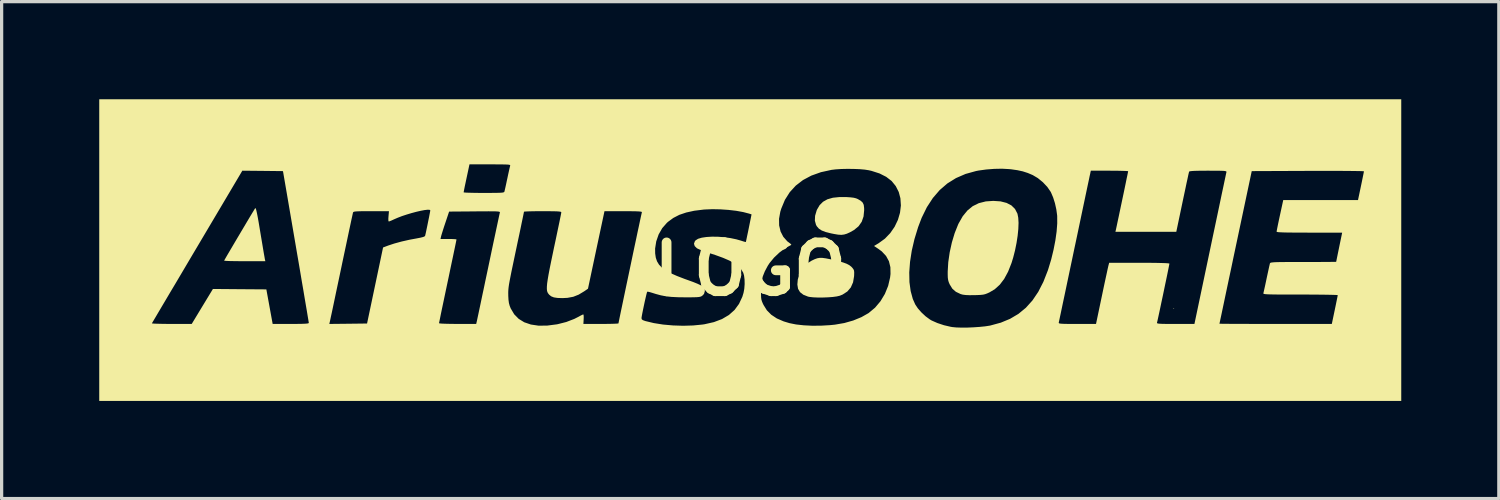
<source format=kicad_pcb>
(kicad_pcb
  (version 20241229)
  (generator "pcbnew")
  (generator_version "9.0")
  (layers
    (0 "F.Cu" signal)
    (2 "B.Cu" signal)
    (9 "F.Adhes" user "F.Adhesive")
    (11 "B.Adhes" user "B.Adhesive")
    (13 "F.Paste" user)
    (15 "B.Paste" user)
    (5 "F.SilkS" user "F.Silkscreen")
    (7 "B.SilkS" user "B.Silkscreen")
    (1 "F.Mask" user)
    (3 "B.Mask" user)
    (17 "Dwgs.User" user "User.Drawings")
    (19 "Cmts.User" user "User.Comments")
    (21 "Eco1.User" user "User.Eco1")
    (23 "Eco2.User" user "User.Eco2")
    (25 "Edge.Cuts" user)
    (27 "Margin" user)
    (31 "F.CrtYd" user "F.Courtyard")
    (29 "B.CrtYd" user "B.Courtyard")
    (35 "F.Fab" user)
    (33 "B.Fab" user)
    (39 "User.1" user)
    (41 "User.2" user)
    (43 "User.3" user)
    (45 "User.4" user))
  (footprint "LOGO"
    (layer "F.Cu")
    (at 20.008 5.222)
    (property "Reference" "LOGO" (at 0 0 0) (layer "F.SilkS") (effects (font (size 1.5 1.5) (thickness 0.3))))
    (attr board_only exclude_from_pos_files exclude_from_bom)
    (fp_poly (pts (xy 13.029 1.208) (xy 13.017 1.22) (xy 13.005 1.208) (xy 13.017 1.196)) (stroke (width 0) (type solid)) (fill yes) (layer "F.SilkS"))
    (fp_poly (pts (xy 2.943 -2.216) (xy 3.08 -2.207) (xy 3.18 -2.195) (xy 3.254 -2.176) (xy 3.306 -2.154) (xy 3.398 -2.1) (xy 3.456 -2.045) (xy 3.488 -1.975) (xy 3.5 -1.878) (xy 3.501 -1.809) (xy 3.482 -1.618) (xy 3.426 -1.456) (xy 3.33 -1.319) (xy 3.191 -1.204) (xy 3.063 -1.132) (xy 2.968 -1.089) (xy 2.884 -1.064) (xy 2.799 -1.054) (xy 2.701 -1.06) (xy 2.576 -1.081) (xy 2.481 -1.1) (xy 2.319 -1.141) (xy 2.198 -1.187) (xy 2.11 -1.244) (xy 2.048 -1.315) (xy 2.022 -1.36) (xy 1.986 -1.491) (xy 1.993 -1.64) (xy 2.042 -1.806) (xy 2.052 -1.83) (xy 2.132 -1.966) (xy 2.237 -2.071) (xy 2.372 -2.147) (xy 2.54 -2.195) (xy 2.744 -2.216)) (stroke (width 0) (type solid)) (fill yes) (layer "F.SilkS"))
    (fp_poly (pts (xy -15.204 -1.873) (xy -15.192 -1.849) (xy -15.178 -1.798) (xy -15.16 -1.716) (xy -15.137 -1.599) (xy -15.109 -1.443) (xy -15.076 -1.245) (xy -15.057 -1.13) (xy -15.025 -0.939) (xy -14.995 -0.761) (xy -14.969 -0.604) (xy -14.947 -0.473) (xy -14.929 -0.374) (xy -14.919 -0.313) (xy -14.916 -0.299) (xy -14.903 -0.244) (xy -15.541 -0.244) (xy -15.711 -0.245) (xy -15.864 -0.247) (xy -15.992 -0.249) (xy -16.09 -0.253) (xy -16.151 -0.258) (xy -16.17 -0.262) (xy -16.132 -0.329) (xy -16.076 -0.426) (xy -16.005 -0.547) (xy -15.923 -0.686) (xy -15.833 -0.839) (xy -15.738 -0.999) (xy -15.642 -1.161) (xy -15.548 -1.319) (xy -15.46 -1.468) (xy -15.38 -1.602) (xy -15.312 -1.715) (xy -15.259 -1.802) (xy -15.226 -1.857) (xy -15.214 -1.874)) (stroke (width 0) (type solid)) (fill yes) (layer "F.SilkS"))
    (fp_poly (pts (xy 2.218 -0.346) (xy 2.322 -0.332) (xy 2.458 -0.305) (xy 2.525 -0.29) (xy 2.71 -0.246) (xy 2.853 -0.206) (xy 2.962 -0.166) (xy 3.044 -0.123) (xy 3.106 -0.075) (xy 3.138 -0.041) (xy 3.171 0.002) (xy 3.189 0.043) (xy 3.195 0.098) (xy 3.193 0.182) (xy 3.191 0.219) (xy 3.16 0.405) (xy 3.091 0.562) (xy 2.984 0.687) (xy 2.839 0.781) (xy 2.751 0.817) (xy 2.661 0.838) (xy 2.536 0.855) (xy 2.387 0.866) (xy 2.229 0.872) (xy 2.073 0.872) (xy 1.932 0.866) (xy 1.82 0.853) (xy 1.774 0.843) (xy 1.631 0.786) (xy 1.53 0.707) (xy 1.469 0.604) (xy 1.448 0.472) (xy 1.461 0.322) (xy 1.514 0.13) (xy 1.599 -0.027) (xy 1.721 -0.155) (xy 1.882 -0.258) (xy 1.891 -0.263) (xy 1.981 -0.306) (xy 2.059 -0.334) (xy 2.134 -0.347)) (stroke (width 0) (type solid)) (fill yes) (layer "F.SilkS"))
    (fp_poly (pts (xy 7.693 -2.083) (xy 7.878 -2.036) (xy 8.026 -1.959) (xy 8.137 -1.85) (xy 8.21 -1.709) (xy 8.213 -1.701) (xy 8.237 -1.58) (xy 8.246 -1.422) (xy 8.239 -1.234) (xy 8.218 -1.026) (xy 8.184 -0.804) (xy 8.138 -0.577) (xy 8.081 -0.354) (xy 8.03 -0.189) (xy 7.925 0.077) (xy 7.805 0.299) (xy 7.669 0.478) (xy 7.514 0.618) (xy 7.352 0.714) (xy 7.279 0.747) (xy 7.216 0.77) (xy 7.153 0.784) (xy 7.074 0.792) (xy 6.967 0.797) (xy 6.881 0.799) (xy 6.73 0.8) (xy 6.618 0.795) (xy 6.533 0.784) (xy 6.466 0.766) (xy 6.466 0.766) (xy 6.32 0.696) (xy 6.211 0.6) (xy 6.131 0.47) (xy 6.129 0.467) (xy 6.1 0.398) (xy 6.082 0.334) (xy 6.072 0.261) (xy 6.069 0.165) (xy 6.069 0.074) (xy 6.086 -0.214) (xy 6.13 -0.517) (xy 6.197 -0.821) (xy 6.284 -1.11) (xy 6.388 -1.37) (xy 6.405 -1.406) (xy 6.531 -1.627) (xy 6.674 -1.802) (xy 6.838 -1.936) (xy 7.025 -2.028) (xy 7.239 -2.082) (xy 7.47 -2.098)) (stroke (width 0) (type solid)) (fill yes) (layer "F.SilkS"))
    (fp_poly (pts (xy 20.008 -0.586) (xy 20.008 4.05) (xy 0 4.05) (xy -20.008 4.05) (xy -20.008 1.684) (xy -12.937 1.684) (xy -12.357 1.678) (xy -11.777 1.671) (xy -11.775 1.662) (xy -9.565 1.662) (xy -9.541 1.668) (xy -9.476 1.674) (xy -9.374 1.678) (xy -9.244 1.681) (xy -9.09 1.683) (xy -8.994 1.684) (xy -8.423 1.684) (xy -8.41 1.629) (xy -8.402 1.596) (xy -8.386 1.52) (xy -8.361 1.404) (xy -8.329 1.252) (xy -8.29 1.069) (xy -8.246 0.858) (xy -8.22 0.734) (xy -7.438 0.734) (xy -7.437 0.79) (xy -7.437 0.817) (xy -7.43 0.944) (xy -7.417 1.039) (xy -7.396 1.119) (xy -7.364 1.202) (xy -7.358 1.213) (xy -7.254 1.388) (xy -7.116 1.528) (xy -6.945 1.633) (xy -6.742 1.702) (xy -6.508 1.737) (xy -6.243 1.735) (xy -5.949 1.697) (xy -5.917 1.691) (xy -5.656 1.625) (xy -5.409 1.53) (xy -5.277 1.463) (xy -5.206 1.424) (xy -5.152 1.398) (xy -5.13 1.391) (xy -5.122 1.413) (xy -5.118 1.47) (xy -5.12 1.537) (xy -5.128 1.684) (xy -4.589 1.684) (xy -4.433 1.683) (xy -4.295 1.681) (xy -4.181 1.678) (xy -4.099 1.674) (xy -4.055 1.669) (xy -4.05 1.667) (xy -4.045 1.64) (xy -4.031 1.571) (xy -4.018 1.506) (xy -3.342 1.506) (xy -3.334 1.541) (xy -3.301 1.567) (xy -3.233 1.592) (xy -3.216 1.597) (xy -2.963 1.658) (xy -2.678 1.703) (xy -2.373 1.73) (xy -2.061 1.74) (xy -1.756 1.731) (xy -1.472 1.703) (xy -1.404 1.693) (xy -1.117 1.628) (xy -0.868 1.534) (xy -0.656 1.409) (xy -0.482 1.254) (xy -0.345 1.067) (xy -0.243 0.849) (xy -0.207 0.731) (xy -0.193 0.659) (xy 0.331 0.659) (xy 0.331 0.782) (xy 0.334 0.871) (xy 0.343 0.937) (xy 0.361 0.995) (xy 0.388 1.059) (xy 0.41 1.103) (xy 0.511 1.265) (xy 0.646 1.401) (xy 0.816 1.514) (xy 1.026 1.605) (xy 1.208 1.66) (xy 1.408 1.7) (xy 1.644 1.726) (xy 1.904 1.739) (xy 2.178 1.737) (xy 2.453 1.721) (xy 2.602 1.706) (xy 2.891 1.656) (xy 3.166 1.578) (xy 3.417 1.475) (xy 3.634 1.352) (xy 3.642 1.346) (xy 3.836 1.184) (xy 4.002 0.987) (xy 4.138 0.761) (xy 4.238 0.515) (xy 4.298 0.257) (xy 4.311 0.147) (xy 4.31 0.099) (xy 4.887 0.099) (xy 4.893 0.4) (xy 4.93 0.673) (xy 4.996 0.916) (xy 5.071 1.085) (xy 5.152 1.206) (xy 5.263 1.332) (xy 5.39 1.45) (xy 5.519 1.545) (xy 5.575 1.578) (xy 5.751 1.656) (xy 5.953 1.723) (xy 6.158 1.771) (xy 6.21 1.78) (xy 6.332 1.792) (xy 6.49 1.797) (xy 6.671 1.796) (xy 6.861 1.788) (xy 7.048 1.775) (xy 7.219 1.758) (xy 7.361 1.736) (xy 7.38 1.732) (xy 7.666 1.654) (xy 9.482 1.654) (xy 9.492 1.665) (xy 9.518 1.672) (xy 9.565 1.677) (xy 9.64 1.681) (xy 9.748 1.683) (xy 9.894 1.683) (xy 10.049 1.684) (xy 10.627 1.684) (xy 10.805 0.836) (xy 10.847 0.635) (xy 10.887 0.446) (xy 10.924 0.275) (xy 10.956 0.128) (xy 10.981 0.011) (xy 10.999 -0.069) (xy 11.007 -0.104) (xy 11.031 -0.195) (xy 11.957 -0.195) (xy 12.226 -0.195) (xy 12.45 -0.193) (xy 12.628 -0.189) (xy 12.76 -0.185) (xy 12.845 -0.179) (xy 12.881 -0.172) (xy 12.883 -0.171) (xy 12.878 -0.142) (xy 12.864 -0.072) (xy 12.843 0.033) (xy 12.816 0.166) (xy 12.784 0.321) (xy 12.748 0.491) (xy 12.711 0.67) (xy 12.673 0.851) (xy 12.635 1.028) (xy 12.6 1.195) (xy 12.568 1.345) (xy 12.541 1.47) (xy 12.52 1.566) (xy 12.506 1.626) (xy 12.502 1.641) (xy 12.501 1.654) (xy 12.51 1.665) (xy 12.535 1.672) (xy 12.582 1.677) (xy 12.656 1.681) (xy 12.763 1.683) (xy 12.908 1.683) (xy 13.07 1.683) (xy 13.652 1.683) (xy 13.653 1.677) (xy 14.421 1.677) (xy 14.445 1.678) (xy 14.513 1.679) (xy 14.623 1.68) (xy 14.769 1.681) (xy 14.949 1.682) (xy 15.159 1.682) (xy 15.394 1.683) (xy 15.65 1.683) (xy 15.925 1.684) (xy 16.147 1.684) (xy 17.874 1.684) (xy 17.965 1.25) (xy 17.994 1.111) (xy 18.019 0.988) (xy 18.039 0.89) (xy 18.052 0.824) (xy 18.056 0.799) (xy 18.032 0.795) (xy 17.964 0.792) (xy 17.858 0.789) (xy 17.716 0.786) (xy 17.545 0.784) (xy 17.349 0.782) (xy 17.132 0.781) (xy 16.907 0.781) (xy 16.641 0.781) (xy 16.419 0.78) (xy 16.238 0.78) (xy 16.093 0.778) (xy 15.981 0.776) (xy 15.898 0.773) (xy 15.84 0.769) (xy 15.802 0.764) (xy 15.78 0.758) (xy 15.771 0.75) (xy 15.771 0.74) (xy 15.771 0.738) (xy 15.78 0.701) (xy 15.797 0.625) (xy 15.821 0.518) (xy 15.848 0.391) (xy 15.871 0.281) (xy 15.901 0.142) (xy 15.928 0.018) (xy 15.95 -0.083) (xy 15.966 -0.151) (xy 15.972 -0.177) (xy 15.978 -0.187) (xy 15.991 -0.196) (xy 16.017 -0.203) (xy 16.059 -0.208) (xy 16.122 -0.213) (xy 16.21 -0.216) (xy 16.328 -0.218) (xy 16.48 -0.219) (xy 16.67 -0.219) (xy 16.903 -0.22) (xy 16.996 -0.22) (xy 17.213 -0.22) (xy 17.414 -0.22) (xy 17.594 -0.221) (xy 17.748 -0.222) (xy 17.87 -0.223) (xy 17.957 -0.224) (xy 18.002 -0.225) (xy 18.008 -0.226) (xy 18.013 -0.25) (xy 18.026 -0.315) (xy 18.046 -0.413) (xy 18.071 -0.536) (xy 18.1 -0.676) (xy 18.1 -0.677) (xy 18.192 -1.122) (xy 17.185 -1.122) (xy 16.926 -1.123) (xy 16.712 -1.124) (xy 16.54 -1.125) (xy 16.406 -1.128) (xy 16.307 -1.132) (xy 16.238 -1.136) (xy 16.196 -1.142) (xy 16.178 -1.15) (xy 16.177 -1.153) (xy 16.182 -1.185) (xy 16.196 -1.257) (xy 16.217 -1.362) (xy 16.244 -1.49) (xy 16.275 -1.635) (xy 16.279 -1.653) (xy 16.381 -2.123) (xy 17.53 -2.123) (xy 18.679 -2.123) (xy 18.77 -2.556) (xy 18.799 -2.695) (xy 18.824 -2.818) (xy 18.844 -2.916) (xy 18.857 -2.982) (xy 18.861 -3.007) (xy 18.837 -3.01) (xy 18.769 -3.013) (xy 18.659 -3.015) (xy 18.512 -3.017) (xy 18.332 -3.019) (xy 18.122 -3.02) (xy 17.887 -3.02) (xy 17.631 -3.021) (xy 17.357 -3.02) (xy 17.137 -3.02) (xy 15.413 -3.013) (xy 14.917 -0.671) (xy 14.847 -0.341) (xy 14.781 -0.024) (xy 14.717 0.275) (xy 14.658 0.554) (xy 14.604 0.81) (xy 14.556 1.039) (xy 14.514 1.238) (xy 14.479 1.404) (xy 14.451 1.534) (xy 14.432 1.624) (xy 14.422 1.671) (xy 14.421 1.677) (xy 13.653 1.677) (xy 14.138 -0.628) (xy 14.207 -0.957) (xy 14.274 -1.273) (xy 14.337 -1.572) (xy 14.396 -1.852) (xy 14.45 -2.109) (xy 14.498 -2.339) (xy 14.541 -2.539) (xy 14.576 -2.706) (xy 14.604 -2.837) (xy 14.623 -2.928) (xy 14.634 -2.976) (xy 14.635 -2.983) (xy 14.635 -2.996) (xy 14.625 -3.007) (xy 14.599 -3.014) (xy 14.551 -3.02) (xy 14.476 -3.023) (xy 14.368 -3.025) (xy 14.221 -3.025) (xy 14.072 -3.026) (xy 13.879 -3.025) (xy 13.73 -3.023) (xy 13.621 -3.019) (xy 13.547 -3.013) (xy 13.504 -3.006) (xy 13.487 -2.996) (xy 13.487 -2.995) (xy 13.48 -2.965) (xy 13.463 -2.893) (xy 13.44 -2.783) (xy 13.409 -2.643) (xy 13.374 -2.476) (xy 13.334 -2.288) (xy 13.291 -2.085) (xy 13.285 -2.056) (xy 13.094 -1.147) (xy 12.158 -1.147) (xy 11.223 -1.147) (xy 11.236 -1.202) (xy 11.247 -1.253) (xy 11.266 -1.341) (xy 11.291 -1.461) (xy 11.322 -1.605) (xy 11.356 -1.768) (xy 11.393 -1.943) (xy 11.431 -2.123) (xy 11.469 -2.303) (xy 11.505 -2.475) (xy 11.538 -2.634) (xy 11.566 -2.773) (xy 11.59 -2.885) (xy 11.606 -2.965) (xy 11.614 -3.005) (xy 11.614 -3.009) (xy 11.591 -3.014) (xy 11.526 -3.018) (xy 11.425 -3.021) (xy 11.296 -3.024) (xy 11.145 -3.025) (xy 11.041 -3.026) (xy 10.468 -3.026) (xy 10.455 -2.971) (xy 10.449 -2.939) (xy 10.432 -2.864) (xy 10.408 -2.747) (xy 10.375 -2.593) (xy 10.335 -2.404) (xy 10.289 -2.185) (xy 10.237 -1.939) (xy 10.18 -1.668) (xy 10.119 -1.377) (xy 10.054 -1.068) (xy 9.986 -0.746) (xy 9.967 -0.659) (xy 9.899 -0.334) (xy 9.833 -0.022) (xy 9.771 0.273) (xy 9.713 0.549) (xy 9.66 0.801) (xy 9.612 1.026) (xy 9.571 1.222) (xy 9.537 1.384) (xy 9.51 1.51) (xy 9.492 1.595) (xy 9.483 1.637) (xy 9.482 1.641) (xy 9.482 1.654) (xy 7.666 1.654) (xy 7.698 1.646) (xy 7.985 1.527) (xy 8.242 1.375) (xy 8.471 1.187) (xy 8.673 0.962) (xy 8.852 0.697) (xy 9.009 0.39) (xy 9.146 0.041) (xy 9.163 -0.012) (xy 9.25 -0.3) (xy 9.321 -0.593) (xy 9.377 -0.88) (xy 9.416 -1.154) (xy 9.435 -1.405) (xy 9.434 -1.622) (xy 9.432 -1.655) (xy 9.407 -1.837) (xy 9.365 -2.026) (xy 9.309 -2.204) (xy 9.245 -2.354) (xy 9.232 -2.379) (xy 9.129 -2.528) (xy 8.993 -2.672) (xy 8.839 -2.798) (xy 8.682 -2.891) (xy 8.529 -2.956) (xy 8.377 -3.005) (xy 8.212 -3.041) (xy 8.019 -3.069) (xy 7.954 -3.075) (xy 7.74 -3.087) (xy 7.5 -3.082) (xy 7.253 -3.063) (xy 7.02 -3.031) (xy 6.938 -3.015) (xy 6.617 -2.926) (xy 6.324 -2.799) (xy 6.06 -2.635) (xy 5.823 -2.431) (xy 5.613 -2.187) (xy 5.428 -1.903) (xy 5.268 -1.577) (xy 5.16 -1.293) (xy 5.047 -0.924) (xy 4.964 -0.567) (xy 4.911 -0.224) (xy 4.887 0.099) (xy 4.31 0.099) (xy 4.307 -0.061) (xy 4.262 -0.244) (xy 4.174 -0.405) (xy 4.043 -0.545) (xy 3.945 -0.618) (xy 3.805 -0.712) (xy 3.946 -0.797) (xy 4.139 -0.937) (xy 4.303 -1.108) (xy 4.437 -1.302) (xy 4.538 -1.513) (xy 4.603 -1.734) (xy 4.63 -1.958) (xy 4.615 -2.179) (xy 4.564 -2.371) (xy 4.472 -2.553) (xy 4.345 -2.709) (xy 4.179 -2.837) (xy 3.974 -2.941) (xy 3.728 -3.02) (xy 3.645 -3.039) (xy 3.52 -3.059) (xy 3.36 -3.073) (xy 3.177 -3.08) (xy 2.986 -3.082) (xy 2.799 -3.078) (xy 2.629 -3.067) (xy 2.501 -3.052) (xy 2.172 -2.98) (xy 1.878 -2.875) (xy 1.621 -2.738) (xy 1.4 -2.568) (xy 1.215 -2.366) (xy 1.066 -2.131) (xy 0.955 -1.864) (xy 0.924 -1.765) (xy 0.885 -1.548) (xy 0.888 -1.344) (xy 0.932 -1.158) (xy 1.016 -0.994) (xy 1.138 -0.856) (xy 1.237 -0.781) (xy 1.262 -0.755) (xy 1.255 -0.742) (xy 1.076 -0.644) (xy 0.897 -0.511) (xy 0.731 -0.354) (xy 0.592 -0.185) (xy 0.538 -0.102) (xy 0.448 0.067) (xy 0.386 0.222) (xy 0.35 0.379) (xy 0.333 0.558) (xy 0.331 0.659) (xy -0.193 0.659) (xy -0.183 0.602) (xy -0.172 0.458) (xy -0.175 0.317) (xy -0.191 0.192) (xy -0.216 0.11) (xy -0.278 0.007) (xy -0.367 -0.089) (xy -0.487 -0.178) (xy -0.642 -0.264) (xy -0.836 -0.348) (xy -1.073 -0.434) (xy -1.2 -0.475) (xy -1.332 -0.519) (xy -1.453 -0.562) (xy -1.554 -0.602) (xy -1.622 -0.633) (xy -1.64 -0.643) (xy -1.707 -0.709) (xy -1.729 -0.782) (xy -1.703 -0.856) (xy -1.677 -0.887) (xy -1.603 -0.933) (xy -1.489 -0.967) (xy -1.345 -0.988) (xy -1.176 -0.998) (xy -0.992 -0.996) (xy -0.801 -0.981) (xy -0.611 -0.955) (xy -0.428 -0.917) (xy -0.288 -0.877) (xy -0.211 -0.852) (xy -0.156 -0.837) (xy -0.136 -0.834) (xy -0.129 -0.86) (xy -0.115 -0.925) (xy -0.095 -1.022) (xy -0.069 -1.144) (xy -0.045 -1.262) (xy 0.04 -1.683) (xy -0.035 -1.707) (xy -0.215 -1.754) (xy -0.431 -1.793) (xy -0.67 -1.821) (xy -0.918 -1.838) (xy -1.162 -1.843) (xy -1.39 -1.834) (xy -1.432 -1.831) (xy -1.72 -1.795) (xy -1.967 -1.741) (xy -2.18 -1.669) (xy -2.364 -1.574) (xy -2.525 -1.456) (xy -2.562 -1.423) (xy -2.705 -1.26) (xy -2.815 -1.067) (xy -2.889 -0.854) (xy -2.924 -0.633) (xy -2.922 -0.481) (xy -2.903 -0.353) (xy -2.865 -0.24) (xy -2.804 -0.139) (xy -2.716 -0.047) (xy -2.597 0.04) (xy -2.443 0.125) (xy -2.251 0.21) (xy -2.015 0.301) (xy -1.931 0.331) (xy -1.754 0.395) (xy -1.618 0.45) (xy -1.52 0.497) (xy -1.454 0.541) (xy -1.414 0.585) (xy -1.397 0.631) (xy -1.396 0.678) (xy -1.421 0.762) (xy -1.472 0.815) (xy -1.499 0.833) (xy -1.531 0.846) (xy -1.573 0.855) (xy -1.636 0.861) (xy -1.724 0.864) (xy -1.847 0.866) (xy -1.997 0.866) (xy -2.227 0.863) (xy -2.42 0.853) (xy -2.589 0.834) (xy -2.746 0.805) (xy -2.902 0.763) (xy -3.01 0.729) (xy -3.087 0.706) (xy -3.144 0.693) (xy -3.167 0.694) (xy -3.177 0.722) (xy -3.194 0.788) (xy -3.216 0.882) (xy -3.242 0.995) (xy -3.268 1.117) (xy -3.293 1.237) (xy -3.315 1.346) (xy -3.332 1.435) (xy -3.341 1.493) (xy -3.342 1.506) (xy -4.018 1.506) (xy -4.009 1.463) (xy -3.98 1.321) (xy -3.944 1.15) (xy -3.903 0.954) (xy -3.858 0.739) (xy -3.81 0.509) (xy -3.759 0.268) (xy -3.707 0.021) (xy -3.655 -0.227) (xy -3.604 -0.471) (xy -3.554 -0.707) (xy -3.506 -0.931) (xy -3.463 -1.137) (xy -3.423 -1.321) (xy -3.39 -1.478) (xy -3.363 -1.604) (xy -3.343 -1.694) (xy -3.332 -1.743) (xy -3.33 -1.751) (xy -3.337 -1.761) (xy -3.368 -1.768) (xy -3.428 -1.774) (xy -3.521 -1.778) (xy -3.652 -1.78) (xy -3.826 -1.781) (xy -3.9 -1.781) (xy -4.48 -1.781) (xy -4.734 -0.59) (xy -4.987 0.601) (xy -5.103 0.681) (xy -5.274 0.784) (xy -5.439 0.849) (xy -5.617 0.882) (xy -5.771 0.89) (xy -5.922 0.885) (xy -6.035 0.868) (xy -6.118 0.835) (xy -6.181 0.784) (xy -6.216 0.739) (xy -6.234 0.704) (xy -6.246 0.661) (xy -6.251 0.605) (xy -6.25 0.532) (xy -6.242 0.438) (xy -6.225 0.32) (xy -6.2 0.172) (xy -6.166 -0.008) (xy -6.122 -0.225) (xy -6.068 -0.484) (xy -6.03 -0.667) (xy -5.983 -0.886) (xy -5.94 -1.092) (xy -5.901 -1.278) (xy -5.867 -1.44) (xy -5.84 -1.573) (xy -5.82 -1.672) (xy -5.809 -1.731) (xy -5.807 -1.746) (xy -5.814 -1.758) (xy -5.837 -1.766) (xy -5.883 -1.772) (xy -5.957 -1.777) (xy -6.063 -1.779) (xy -6.208 -1.781) (xy -6.38 -1.781) (xy -6.542 -1.781) (xy -6.686 -1.779) (xy -6.805 -1.776) (xy -6.894 -1.772) (xy -6.944 -1.768) (xy -6.954 -1.765) (xy -6.959 -1.738) (xy -6.973 -1.669) (xy -6.995 -1.561) (xy -7.025 -1.419) (xy -7.06 -1.248) (xy -7.101 -1.053) (xy -7.147 -0.839) (xy -7.195 -0.609) (xy -7.2 -0.587) (xy -7.256 -0.32) (xy -7.303 -0.096) (xy -7.342 0.09) (xy -7.372 0.243) (xy -7.396 0.367) (xy -7.414 0.468) (xy -7.426 0.551) (xy -7.433 0.619) (xy -7.437 0.679) (xy -7.438 0.734) (xy -8.22 0.734) (xy -8.196 0.623) (xy -8.143 0.369) (xy -8.086 0.1) (xy -8.052 -0.061) (xy -7.994 -0.337) (xy -7.939 -0.6) (xy -7.887 -0.845) (xy -7.839 -1.069) (xy -7.797 -1.267) (xy -7.761 -1.436) (xy -7.732 -1.572) (xy -7.711 -1.67) (xy -7.698 -1.726) (xy -7.695 -1.739) (xy -7.694 -1.751) (xy -7.702 -1.76) (xy -7.723 -1.767) (xy -7.763 -1.772) (xy -7.826 -1.776) (xy -7.917 -1.777) (xy -8.041 -1.778) (xy -8.203 -1.777) (xy -8.408 -1.776) (xy -8.469 -1.775) (xy -9.255 -1.769) (xy -9.371 -1.422) (xy -9.414 -1.294) (xy -9.451 -1.177) (xy -9.481 -1.08) (xy -9.5 -1.016) (xy -9.503 -1.001) (xy -9.52 -0.927) (xy -9.274 -0.927) (xy -9.171 -0.926) (xy -9.089 -0.922) (xy -9.039 -0.917) (xy -9.028 -0.912) (xy -9.033 -0.886) (xy -9.047 -0.817) (xy -9.069 -0.709) (xy -9.099 -0.566) (xy -9.135 -0.394) (xy -9.177 -0.196) (xy -9.223 0.023) (xy -9.272 0.259) (xy -9.296 0.371) (xy -9.347 0.613) (xy -9.395 0.841) (xy -9.439 1.05) (xy -9.478 1.235) (xy -9.511 1.393) (xy -9.536 1.519) (xy -9.554 1.607) (xy -9.564 1.655) (xy -9.565 1.662) (xy -11.775 1.662) (xy -11.531 0.503) (xy -11.285 -0.666) (xy -11.129 -0.725) (xy -10.938 -0.788) (xy -10.715 -0.849) (xy -10.472 -0.904) (xy -10.266 -0.942) (xy -10.136 -0.967) (xy -10.05 -0.989) (xy -10.004 -1.01) (xy -9.993 -1.024) (xy -9.983 -1.064) (xy -9.966 -1.139) (xy -9.945 -1.24) (xy -9.921 -1.356) (xy -9.897 -1.476) (xy -9.873 -1.591) (xy -9.854 -1.691) (xy -9.84 -1.765) (xy -9.833 -1.804) (xy -9.833 -1.807) (xy -9.855 -1.824) (xy -9.916 -1.826) (xy -10.008 -1.816) (xy -10.125 -1.794) (xy -10.26 -1.763) (xy -10.406 -1.724) (xy -10.556 -1.679) (xy -10.702 -1.631) (xy -10.837 -1.579) (xy -10.954 -1.528) (xy -11.028 -1.494) (xy -11.086 -1.471) (xy -11.11 -1.464) (xy -11.121 -1.487) (xy -11.123 -1.549) (xy -11.118 -1.623) (xy -11.104 -1.781) (xy -11.65 -1.781) (xy -11.828 -1.781) (xy -11.963 -1.78) (xy -12.061 -1.777) (xy -12.128 -1.773) (xy -12.171 -1.767) (xy -12.195 -1.757) (xy -12.207 -1.745) (xy -12.209 -1.738) (xy -12.216 -1.708) (xy -12.232 -1.634) (xy -12.257 -1.52) (xy -12.289 -1.37) (xy -12.328 -1.188) (xy -12.372 -0.979) (xy -12.421 -0.746) (xy -12.475 -0.493) (xy -12.532 -0.224) (xy -12.566 -0.061) (xy -12.624 0.215) (xy -12.68 0.479) (xy -12.732 0.725) (xy -12.779 0.95) (xy -12.821 1.15) (xy -12.857 1.32) (xy -12.887 1.457) (xy -12.908 1.557) (xy -12.921 1.616) (xy -12.924 1.629) (xy -12.937 1.684) (xy -20.008 1.684) (xy -20.008 1.665) (xy -18.39 1.665) (xy -18.37 1.67) (xy -18.307 1.675) (xy -18.208 1.678) (xy -18.079 1.681) (xy -17.927 1.683) (xy -17.783 1.683) (xy -17.165 1.683) (xy -16.84 1.146) (xy -16.514 0.609) (xy -15.693 0.616) (xy -14.872 0.622) (xy -14.775 1.153) (xy -14.678 1.684) (xy -14.122 1.684) (xy -13.935 1.683) (xy -13.791 1.681) (xy -13.687 1.677) (xy -13.619 1.672) (xy -13.58 1.664) (xy -13.567 1.654) (xy -13.567 1.653) (xy -13.571 1.625) (xy -13.583 1.552) (xy -13.602 1.438) (xy -13.627 1.286) (xy -13.659 1.099) (xy -13.696 0.881) (xy -13.737 0.635) (xy -13.784 0.363) (xy -13.833 0.071) (xy -13.886 -0.24) (xy -13.942 -0.565) (xy -13.964 -0.695) (xy -14.249 -2.361) (xy -8.809 -2.361) (xy -8.785 -2.356) (xy -8.72 -2.351) (xy -8.618 -2.348) (xy -8.487 -2.345) (xy -8.333 -2.343) (xy -8.188 -2.342) (xy -7.997 -2.343) (xy -7.849 -2.344) (xy -7.739 -2.346) (xy -7.661 -2.349) (xy -7.609 -2.354) (xy -7.578 -2.362) (xy -7.562 -2.372) (xy -7.555 -2.385) (xy -7.546 -2.423) (xy -7.528 -2.5) (xy -7.505 -2.604) (xy -7.479 -2.728) (xy -7.467 -2.782) (xy -7.44 -2.91) (xy -7.415 -3.023) (xy -7.395 -3.112) (xy -7.381 -3.168) (xy -7.379 -3.178) (xy -7.377 -3.191) (xy -7.386 -3.201) (xy -7.41 -3.209) (xy -7.455 -3.214) (xy -7.526 -3.217) (xy -7.629 -3.219) (xy -7.769 -3.22) (xy -7.95 -3.221) (xy -7.997 -3.221) (xy -8.629 -3.221) (xy -8.719 -2.8) (xy -8.748 -2.663) (xy -8.774 -2.542) (xy -8.793 -2.446) (xy -8.805 -2.383) (xy -8.809 -2.361) (xy -14.249 -2.361) (xy -14.361 -3.013) (xy -14.985 -3.02) (xy -15.61 -3.026) (xy -16.995 -0.69) (xy -17.179 -0.38) (xy -17.355 -0.082) (xy -17.523 0.202) (xy -17.681 0.469) (xy -17.828 0.715) (xy -17.961 0.94) (xy -18.079 1.139) (xy -18.18 1.31) (xy -18.263 1.451) (xy -18.327 1.559) (xy -18.369 1.63) (xy -18.389 1.663) (xy -18.39 1.665) (xy -20.008 1.665) (xy -20.008 -0.586) (xy -20.008 -5.222) (xy 0 -5.222) (xy 20.008 -5.222)) (stroke (width 0) (type solid)) (fill yes) (layer "F.SilkS")))
  (gr_rect
    (start -3 -3)
    (end 43.015 12.272)
    (stroke (width 0.1) (type default))
    (fill no)
    (layer "Edge.Cuts")))
</source>
